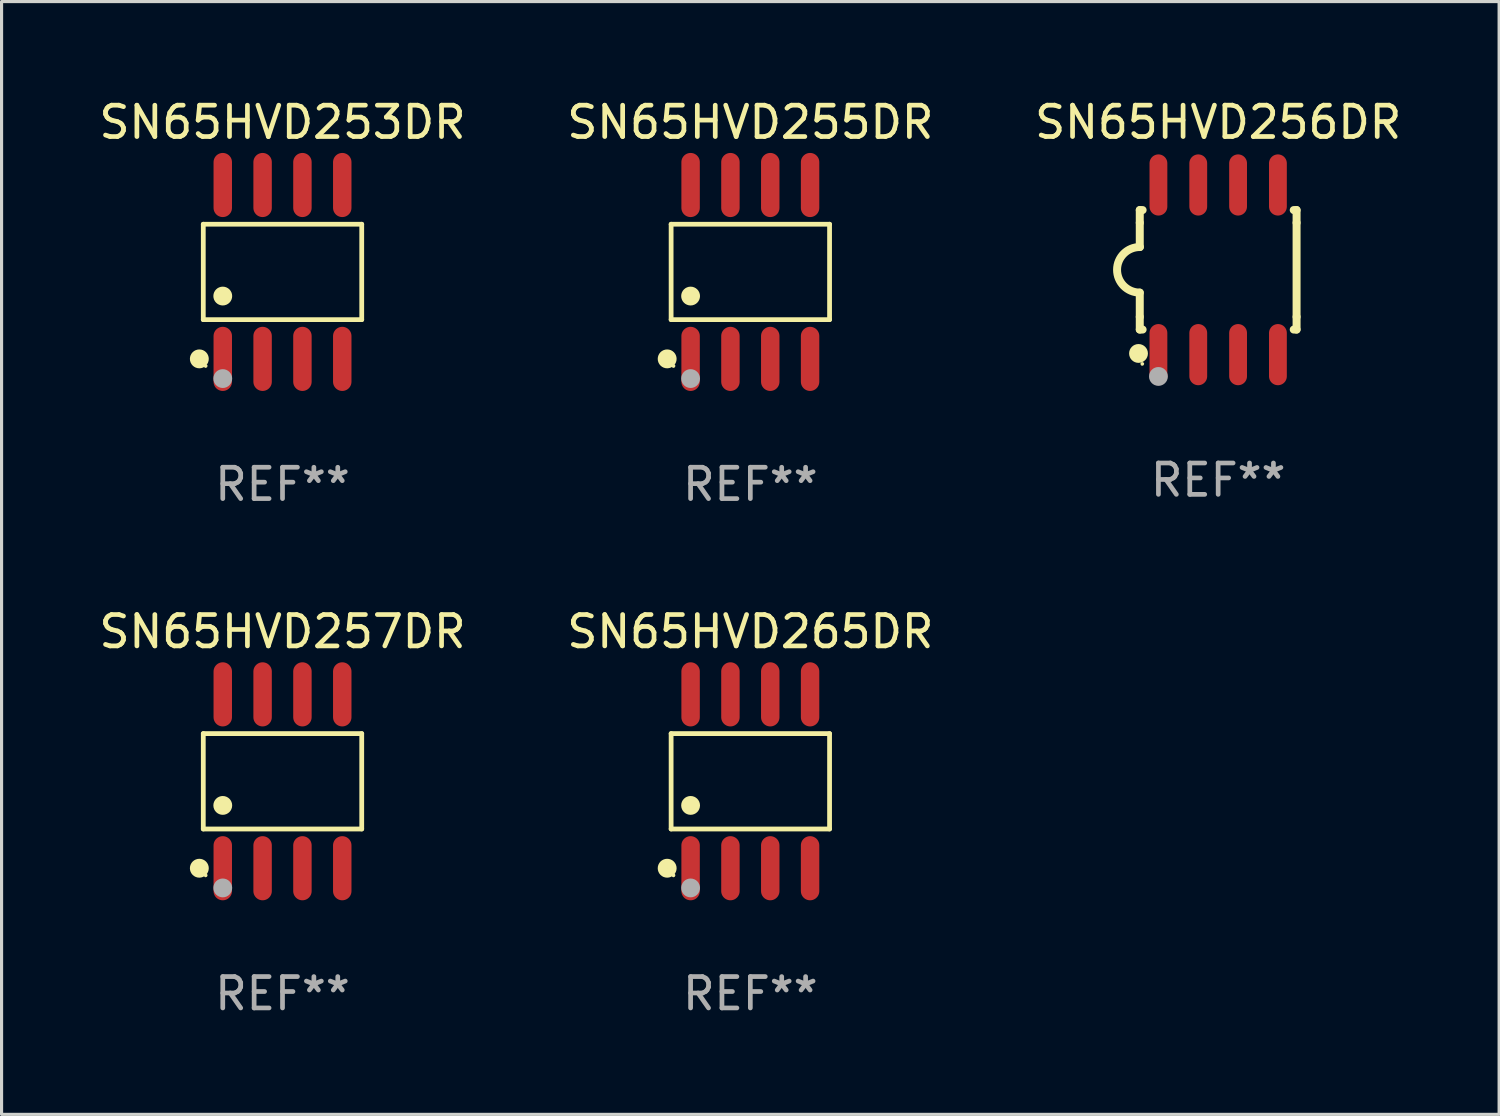
<source format=kicad_pcb>
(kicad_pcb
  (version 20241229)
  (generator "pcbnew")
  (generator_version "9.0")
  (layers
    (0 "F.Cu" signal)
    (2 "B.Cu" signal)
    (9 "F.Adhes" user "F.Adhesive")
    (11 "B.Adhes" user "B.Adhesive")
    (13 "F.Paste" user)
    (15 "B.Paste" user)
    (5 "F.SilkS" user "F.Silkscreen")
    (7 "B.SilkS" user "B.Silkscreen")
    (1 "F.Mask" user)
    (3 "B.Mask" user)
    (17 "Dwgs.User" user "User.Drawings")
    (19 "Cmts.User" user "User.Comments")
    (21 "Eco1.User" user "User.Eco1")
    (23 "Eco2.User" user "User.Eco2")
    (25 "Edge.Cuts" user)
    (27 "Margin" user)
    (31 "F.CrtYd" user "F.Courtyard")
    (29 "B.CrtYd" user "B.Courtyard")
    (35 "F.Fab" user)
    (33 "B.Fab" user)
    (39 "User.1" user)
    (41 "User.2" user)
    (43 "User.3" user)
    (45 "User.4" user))
  (footprint "SN65HVD255DR"
    (layer "F.Cu")
    (at 20.875 5.621)
    (property "Reference" "SN65HVD255DR" (at 0 -4.772 0) (layer "F.SilkS") (effects (font (size 1 1) (thickness 0.15))))
    (attr through_hole)
    (fp_line (start -2.526 -1.521) (end 2.526 -1.521) (stroke (width 0.152) (type solid)) (layer "F.SilkS"))
    (fp_line (start -2.526 1.521) (end -2.526 -1.521) (stroke (width 0.152) (type solid)) (layer "F.SilkS"))
    (fp_line (start 2.526 -1.521) (end 2.526 1.521) (stroke (width 0.152) (type solid)) (layer "F.SilkS"))
    (fp_line (start 2.526 1.521) (end -2.526 1.521) (stroke (width 0.152) (type solid)) (layer "F.SilkS"))
    (fp_circle (center -2.652 2.772) (end -2.501 2.772) (stroke (width 0.3) (type solid)) (fill no) (layer "F.SilkS"))
    (fp_circle (center -2.45 3) (end -2.42 3) (stroke (width 0.06) (type solid)) (fill no) (layer "F.SilkS"))
    (fp_circle (center -1.905 0.769) (end -1.755 0.769) (stroke (width 0.3) (type solid)) (fill no) (layer "F.SilkS"))
    (fp_circle (center -1.905 3.4) (end -1.755 3.4) (stroke (width 0.3) (type solid)) (fill no) (layer "F.Fab"))
    (fp_text user "REF**" (at 0 6.772 0) (layer "F.Fab") (effects (font (size 1 1) (thickness 0.15))))
    (pad "1" smd oval (at -1.905 2.772) (size 0.588 2.045) (layers "F.Cu" "F.Mask" "F.Paste"))
    (pad "2" smd oval (at -0.635 2.772) (size 0.588 2.045) (layers "F.Cu" "F.Mask" "F.Paste"))
    (pad "3" smd oval (at 0.635 2.772) (size 0.588 2.045) (layers "F.Cu" "F.Mask" "F.Paste"))
    (pad "4" smd oval (at 1.905 2.772) (size 0.588 2.045) (layers "F.Cu" "F.Mask" "F.Paste"))
    (pad "5" smd oval (at 1.905 -2.772) (size 0.588 2.045) (layers "F.Cu" "F.Mask" "F.Paste"))
    (pad "6" smd oval (at 0.635 -2.772) (size 0.588 2.045) (layers "F.Cu" "F.Mask" "F.Paste"))
    (pad "7" smd oval (at -0.635 -2.772) (size 0.588 2.045) (layers "F.Cu" "F.Mask" "F.Paste"))
    (pad "8" smd oval (at -1.905 -2.772) (size 0.588 2.045) (layers "F.Cu" "F.Mask" "F.Paste")))
  (footprint "SN65HVD265DR"
    (layer "F.Cu")
    (at 20.875 21.862)
    (property "Reference" "SN65HVD265DR" (at 0 -4.772 0) (layer "F.SilkS") (effects (font (size 1 1) (thickness 0.15))))
    (attr through_hole)
    (fp_line (start -2.526 -1.521) (end 2.526 -1.521) (stroke (width 0.152) (type solid)) (layer "F.SilkS"))
    (fp_line (start -2.526 1.521) (end -2.526 -1.521) (stroke (width 0.152) (type solid)) (layer "F.SilkS"))
    (fp_line (start 2.526 -1.521) (end 2.526 1.521) (stroke (width 0.152) (type solid)) (layer "F.SilkS"))
    (fp_line (start 2.526 1.521) (end -2.526 1.521) (stroke (width 0.152) (type solid)) (layer "F.SilkS"))
    (fp_circle (center -2.652 2.772) (end -2.501 2.772) (stroke (width 0.3) (type solid)) (fill no) (layer "F.SilkS"))
    (fp_circle (center -2.45 3) (end -2.42 3) (stroke (width 0.06) (type solid)) (fill no) (layer "F.SilkS"))
    (fp_circle (center -1.905 0.769) (end -1.755 0.769) (stroke (width 0.3) (type solid)) (fill no) (layer "F.SilkS"))
    (fp_circle (center -1.905 3.4) (end -1.755 3.4) (stroke (width 0.3) (type solid)) (fill no) (layer "F.Fab"))
    (fp_text user "REF**" (at 0 6.772 0) (layer "F.Fab") (effects (font (size 1 1) (thickness 0.15))))
    (pad "1" smd oval (at -1.905 2.772) (size 0.588 2.045) (layers "F.Cu" "F.Mask" "F.Paste"))
    (pad "2" smd oval (at -0.635 2.772) (size 0.588 2.045) (layers "F.Cu" "F.Mask" "F.Paste"))
    (pad "3" smd oval (at 0.635 2.772) (size 0.588 2.045) (layers "F.Cu" "F.Mask" "F.Paste"))
    (pad "4" smd oval (at 1.905 2.772) (size 0.588 2.045) (layers "F.Cu" "F.Mask" "F.Paste"))
    (pad "5" smd oval (at 1.905 -2.772) (size 0.588 2.045) (layers "F.Cu" "F.Mask" "F.Paste"))
    (pad "6" smd oval (at 0.635 -2.772) (size 0.588 2.045) (layers "F.Cu" "F.Mask" "F.Paste"))
    (pad "7" smd oval (at -0.635 -2.772) (size 0.588 2.045) (layers "F.Cu" "F.Mask" "F.Paste"))
    (pad "8" smd oval (at -1.905 -2.772) (size 0.588 2.045) (layers "F.Cu" "F.Mask" "F.Paste")))
  (footprint "SN65HVD253DR"
    (layer "F.Cu")
    (at 5.958 5.621)
    (property "Reference" "SN65HVD253DR" (at 0 -4.772 0) (layer "F.SilkS") (effects (font (size 1 1) (thickness 0.15))))
    (attr through_hole)
    (fp_line (start -2.526 -1.521) (end 2.526 -1.521) (stroke (width 0.152) (type solid)) (layer "F.SilkS"))
    (fp_line (start -2.526 1.521) (end -2.526 -1.521) (stroke (width 0.152) (type solid)) (layer "F.SilkS"))
    (fp_line (start 2.526 -1.521) (end 2.526 1.521) (stroke (width 0.152) (type solid)) (layer "F.SilkS"))
    (fp_line (start 2.526 1.521) (end -2.526 1.521) (stroke (width 0.152) (type solid)) (layer "F.SilkS"))
    (fp_circle (center -2.652 2.772) (end -2.501 2.772) (stroke (width 0.3) (type solid)) (fill no) (layer "F.SilkS"))
    (fp_circle (center -2.45 3) (end -2.42 3) (stroke (width 0.06) (type solid)) (fill no) (layer "F.SilkS"))
    (fp_circle (center -1.905 0.769) (end -1.755 0.769) (stroke (width 0.3) (type solid)) (fill no) (layer "F.SilkS"))
    (fp_circle (center -1.905 3.4) (end -1.755 3.4) (stroke (width 0.3) (type solid)) (fill no) (layer "F.Fab"))
    (fp_text user "REF**" (at 0 6.772 0) (layer "F.Fab") (effects (font (size 1 1) (thickness 0.15))))
    (pad "1" smd oval (at -1.905 2.772) (size 0.588 2.045) (layers "F.Cu" "F.Mask" "F.Paste"))
    (pad "2" smd oval (at -0.635 2.772) (size 0.588 2.045) (layers "F.Cu" "F.Mask" "F.Paste"))
    (pad "3" smd oval (at 0.635 2.772) (size 0.588 2.045) (layers "F.Cu" "F.Mask" "F.Paste"))
    (pad "4" smd oval (at 1.905 2.772) (size 0.588 2.045) (layers "F.Cu" "F.Mask" "F.Paste"))
    (pad "5" smd oval (at 1.905 -2.772) (size 0.588 2.045) (layers "F.Cu" "F.Mask" "F.Paste"))
    (pad "6" smd oval (at 0.635 -2.772) (size 0.588 2.045) (layers "F.Cu" "F.Mask" "F.Paste"))
    (pad "7" smd oval (at -0.635 -2.772) (size 0.588 2.045) (layers "F.Cu" "F.Mask" "F.Paste"))
    (pad "8" smd oval (at -1.905 -2.772) (size 0.588 2.045) (layers "F.Cu" "F.Mask" "F.Paste")))
  (footprint "SN65HVD256DR"
    (layer "F.Cu")
    (at 35.792 5.553)
    (property "Reference" "SN65HVD256DR" (at 0 -4.705 0) (layer "F.SilkS") (effects (font (size 1 1) (thickness 0.15))))
    (attr through_hole)
    (fp_line (start -2.5 -1.905) (end -2.409 -1.905) (stroke (width 0.254) (type solid)) (layer "F.SilkS"))
    (fp_line (start -2.5 -1.5) (end -2.5 -1.905) (stroke (width 0.254) (type solid)) (layer "F.SilkS"))
    (fp_line (start -2.5 -1.5) (end -2.5 -0.726) (stroke (width 0.254) (type solid)) (layer "F.SilkS"))
    (fp_line (start -2.5 1.5) (end -2.5 0.727) (stroke (width 0.254) (type solid)) (layer "F.SilkS"))
    (fp_line (start -2.5 1.5) (end -2.5 1.905) (stroke (width 0.254) (type solid)) (layer "F.SilkS"))
    (fp_line (start -2.5 1.905) (end -2.409 1.905) (stroke (width 0.254) (type solid)) (layer "F.SilkS"))
    (fp_line (start 2.5 -1.905) (end 2.409 -1.905) (stroke (width 0.254) (type solid)) (layer "F.SilkS"))
    (fp_line (start 2.5 -1.5) (end 2.5 -1.905) (stroke (width 0.254) (type solid)) (layer "F.SilkS"))
    (fp_line (start 2.5 -1.5) (end 2.5 1.5) (stroke (width 0.254) (type solid)) (layer "F.SilkS"))
    (fp_line (start 2.5 1.5) (end 2.5 1.905) (stroke (width 0.254) (type solid)) (layer "F.SilkS"))
    (fp_line (start 2.5 1.905) (end 2.409 1.905) (stroke (width 0.254) (type solid)) (layer "F.SilkS"))
    (fp_arc (start -2.5 0.726568) (mid -3.220316 -0.0023) (end -2.495097 -0.726289) (stroke (width 0.254001) (type solid)) (layer "F.SilkS"))
    (fp_circle (center -2.54 2.667) (end -2.39 2.667) (stroke (width 0.3) (type solid)) (fill no) (layer "F.SilkS"))
    (fp_circle (center -2.42 3) (end -2.39 3) (stroke (width 0.06) (type solid)) (fill no) (layer "F.SilkS"))
    (fp_circle (center -1.905 3.4) (end -1.755 3.4) (stroke (width 0.3) (type solid)) (fill no) (layer "F.Fab"))
    (fp_text user "REF**" (at 0 6.705 0) (layer "F.Fab") (effects (font (size 1 1) (thickness 0.15))))
    (pad "1" smd oval (at -1.905 2.705) (size 0.568 1.95) (layers "F.Cu" "F.Mask" "F.Paste"))
    (pad "2" smd oval (at -0.635 2.705) (size 0.568 1.95) (layers "F.Cu" "F.Mask" "F.Paste"))
    (pad "3" smd oval (at 0.635 2.705) (size 0.568 1.95) (layers "F.Cu" "F.Mask" "F.Paste"))
    (pad "4" smd oval (at 1.905 2.705) (size 0.568 1.95) (layers "F.Cu" "F.Mask" "F.Paste"))
    (pad "5" smd oval (at 1.905 -2.705) (size 0.568 1.95) (layers "F.Cu" "F.Mask" "F.Paste"))
    (pad "6" smd oval (at 0.635 -2.705) (size 0.568 1.95) (layers "F.Cu" "F.Mask" "F.Paste"))
    (pad "7" smd oval (at -0.635 -2.705) (size 0.568 1.95) (layers "F.Cu" "F.Mask" "F.Paste"))
    (pad "8" smd oval (at -1.905 -2.705) (size 0.568 1.95) (layers "F.Cu" "F.Mask" "F.Paste")))
  (footprint "SN65HVD257DR"
    (layer "F.Cu")
    (at 5.958 21.862)
    (property "Reference" "SN65HVD257DR" (at 0 -4.772 0) (layer "F.SilkS") (effects (font (size 1 1) (thickness 0.15))))
    (attr through_hole)
    (fp_line (start -2.526 -1.521) (end 2.526 -1.521) (stroke (width 0.152) (type solid)) (layer "F.SilkS"))
    (fp_line (start -2.526 1.521) (end -2.526 -1.521) (stroke (width 0.152) (type solid)) (layer "F.SilkS"))
    (fp_line (start 2.526 -1.521) (end 2.526 1.521) (stroke (width 0.152) (type solid)) (layer "F.SilkS"))
    (fp_line (start 2.526 1.521) (end -2.526 1.521) (stroke (width 0.152) (type solid)) (layer "F.SilkS"))
    (fp_circle (center -2.652 2.772) (end -2.501 2.772) (stroke (width 0.3) (type solid)) (fill no) (layer "F.SilkS"))
    (fp_circle (center -2.45 3) (end -2.42 3) (stroke (width 0.06) (type solid)) (fill no) (layer "F.SilkS"))
    (fp_circle (center -1.905 0.769) (end -1.755 0.769) (stroke (width 0.3) (type solid)) (fill no) (layer "F.SilkS"))
    (fp_circle (center -1.905 3.4) (end -1.755 3.4) (stroke (width 0.3) (type solid)) (fill no) (layer "F.Fab"))
    (fp_text user "REF**" (at 0 6.772 0) (layer "F.Fab") (effects (font (size 1 1) (thickness 0.15))))
    (pad "1" smd oval (at -1.905 2.772) (size 0.588 2.045) (layers "F.Cu" "F.Mask" "F.Paste"))
    (pad "2" smd oval (at -0.635 2.772) (size 0.588 2.045) (layers "F.Cu" "F.Mask" "F.Paste"))
    (pad "3" smd oval (at 0.635 2.772) (size 0.588 2.045) (layers "F.Cu" "F.Mask" "F.Paste"))
    (pad "4" smd oval (at 1.905 2.772) (size 0.588 2.045) (layers "F.Cu" "F.Mask" "F.Paste"))
    (pad "5" smd oval (at 1.905 -2.772) (size 0.588 2.045) (layers "F.Cu" "F.Mask" "F.Paste"))
    (pad "6" smd oval (at 0.635 -2.772) (size 0.588 2.045) (layers "F.Cu" "F.Mask" "F.Paste"))
    (pad "7" smd oval (at -0.635 -2.772) (size 0.588 2.045) (layers "F.Cu" "F.Mask" "F.Paste"))
    (pad "8" smd oval (at -1.905 -2.772) (size 0.588 2.045) (layers "F.Cu" "F.Mask" "F.Paste")))
  (gr_rect
    (start -3 -3)
    (end 44.75 32.483)
    (stroke (width 0.1) (type default))
    (fill no)
    (layer "Edge.Cuts")))
</source>
